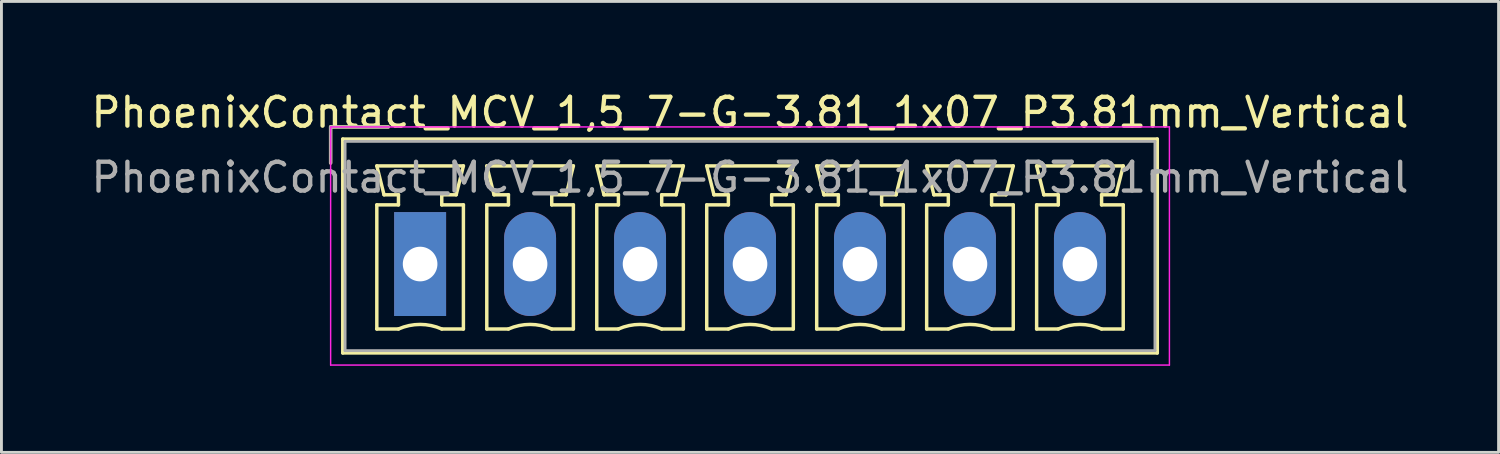
<source format=kicad_pcb>
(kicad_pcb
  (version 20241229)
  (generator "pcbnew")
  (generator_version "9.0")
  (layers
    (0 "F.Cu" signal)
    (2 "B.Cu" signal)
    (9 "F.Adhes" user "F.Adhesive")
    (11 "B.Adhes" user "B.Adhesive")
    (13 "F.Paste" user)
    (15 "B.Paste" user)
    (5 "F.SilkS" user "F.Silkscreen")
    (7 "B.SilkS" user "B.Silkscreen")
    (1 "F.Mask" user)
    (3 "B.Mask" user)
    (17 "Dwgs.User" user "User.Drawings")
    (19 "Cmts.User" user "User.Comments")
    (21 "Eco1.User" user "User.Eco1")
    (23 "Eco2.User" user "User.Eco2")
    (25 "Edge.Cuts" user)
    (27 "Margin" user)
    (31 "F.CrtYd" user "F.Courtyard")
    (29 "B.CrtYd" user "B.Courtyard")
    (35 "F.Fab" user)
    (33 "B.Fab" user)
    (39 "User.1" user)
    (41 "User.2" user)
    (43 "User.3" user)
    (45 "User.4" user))
  (footprint "PhoenixContact_MCV_1,5_7-G-3.81_1x07_P3.81mm_Vertical"
    (layer "F.Cu")
    (at 11.505 6.098)
    (property "Reference" "PhoenixContact_MCV_1,5_7-G-3.81_1x07_P3.81mm_Vertical" (at 11.43 -5.25 0) (layer "F.SilkS") (effects (font (size 1 1) (thickness 0.15))))
    (attr through_hole)
    (fp_line (start -3.1 -4.75) (end -1.1 -4.75) (stroke (width 0.12) (type solid)) (layer "F.SilkS"))
    (fp_line (start -3.1 -3.5) (end -3.1 -4.75) (stroke (width 0.12) (type solid)) (layer "F.SilkS"))
    (fp_line (start -2.68 -4.33) (end -2.68 3.08) (stroke (width 0.12) (type solid)) (layer "F.SilkS"))
    (fp_line (start -2.68 3.08) (end 25.54 3.08) (stroke (width 0.12) (type solid)) (layer "F.SilkS"))
    (fp_line (start -1.5 -3.4) (end 1.5 -3.4) (stroke (width 0.12) (type solid)) (layer "F.SilkS"))
    (fp_line (start -1.5 -2.05) (end -0.75 -2.05) (stroke (width 0.12) (type solid)) (layer "F.SilkS"))
    (fp_line (start -1.5 2.25) (end -1.5 -2.05) (stroke (width 0.12) (type solid)) (layer "F.SilkS"))
    (fp_line (start -1.25 -2.4) (end -1.5 -3.4) (stroke (width 0.12) (type solid)) (layer "F.SilkS"))
    (fp_line (start -0.75 -2.4) (end -1.25 -2.4) (stroke (width 0.12) (type solid)) (layer "F.SilkS"))
    (fp_line (start -0.75 -2.05) (end -0.75 -2.4) (stroke (width 0.12) (type solid)) (layer "F.SilkS"))
    (fp_line (start -0.75 2.25) (end -1.5 2.25) (stroke (width 0.12) (type solid)) (layer "F.SilkS"))
    (fp_line (start 0.75 -2.4) (end 0.75 -2.05) (stroke (width 0.12) (type solid)) (layer "F.SilkS"))
    (fp_line (start 0.75 -2.05) (end 1.5 -2.05) (stroke (width 0.12) (type solid)) (layer "F.SilkS"))
    (fp_line (start 1.25 -2.4) (end 0.75 -2.4) (stroke (width 0.12) (type solid)) (layer "F.SilkS"))
    (fp_line (start 1.5 -3.4) (end 1.25 -2.4) (stroke (width 0.12) (type solid)) (layer "F.SilkS"))
    (fp_line (start 1.5 -2.05) (end 1.5 2.25) (stroke (width 0.12) (type solid)) (layer "F.SilkS"))
    (fp_line (start 1.5 2.25) (end 0.75 2.25) (stroke (width 0.12) (type solid)) (layer "F.SilkS"))
    (fp_line (start 2.31 -3.4) (end 5.31 -3.4) (stroke (width 0.12) (type solid)) (layer "F.SilkS"))
    (fp_line (start 2.31 -2.05) (end 3.06 -2.05) (stroke (width 0.12) (type solid)) (layer "F.SilkS"))
    (fp_line (start 2.31 2.25) (end 2.31 -2.05) (stroke (width 0.12) (type solid)) (layer "F.SilkS"))
    (fp_line (start 2.56 -2.4) (end 2.31 -3.4) (stroke (width 0.12) (type solid)) (layer "F.SilkS"))
    (fp_line (start 3.06 -2.4) (end 2.56 -2.4) (stroke (width 0.12) (type solid)) (layer "F.SilkS"))
    (fp_line (start 3.06 -2.05) (end 3.06 -2.4) (stroke (width 0.12) (type solid)) (layer "F.SilkS"))
    (fp_line (start 3.06 2.25) (end 2.31 2.25) (stroke (width 0.12) (type solid)) (layer "F.SilkS"))
    (fp_line (start 4.56 -2.4) (end 4.56 -2.05) (stroke (width 0.12) (type solid)) (layer "F.SilkS"))
    (fp_line (start 4.56 -2.05) (end 5.31 -2.05) (stroke (width 0.12) (type solid)) (layer "F.SilkS"))
    (fp_line (start 5.06 -2.4) (end 4.56 -2.4) (stroke (width 0.12) (type solid)) (layer "F.SilkS"))
    (fp_line (start 5.31 -3.4) (end 5.06 -2.4) (stroke (width 0.12) (type solid)) (layer "F.SilkS"))
    (fp_line (start 5.31 -2.05) (end 5.31 2.25) (stroke (width 0.12) (type solid)) (layer "F.SilkS"))
    (fp_line (start 5.31 2.25) (end 4.56 2.25) (stroke (width 0.12) (type solid)) (layer "F.SilkS"))
    (fp_line (start 6.12 -3.4) (end 9.12 -3.4) (stroke (width 0.12) (type solid)) (layer "F.SilkS"))
    (fp_line (start 6.12 -2.05) (end 6.87 -2.05) (stroke (width 0.12) (type solid)) (layer "F.SilkS"))
    (fp_line (start 6.12 2.25) (end 6.12 -2.05) (stroke (width 0.12) (type solid)) (layer "F.SilkS"))
    (fp_line (start 6.37 -2.4) (end 6.12 -3.4) (stroke (width 0.12) (type solid)) (layer "F.SilkS"))
    (fp_line (start 6.87 -2.4) (end 6.37 -2.4) (stroke (width 0.12) (type solid)) (layer "F.SilkS"))
    (fp_line (start 6.87 -2.05) (end 6.87 -2.4) (stroke (width 0.12) (type solid)) (layer "F.SilkS"))
    (fp_line (start 6.87 2.25) (end 6.12 2.25) (stroke (width 0.12) (type solid)) (layer "F.SilkS"))
    (fp_line (start 8.37 -2.4) (end 8.37 -2.05) (stroke (width 0.12) (type solid)) (layer "F.SilkS"))
    (fp_line (start 8.37 -2.05) (end 9.12 -2.05) (stroke (width 0.12) (type solid)) (layer "F.SilkS"))
    (fp_line (start 8.87 -2.4) (end 8.37 -2.4) (stroke (width 0.12) (type solid)) (layer "F.SilkS"))
    (fp_line (start 9.12 -3.4) (end 8.87 -2.4) (stroke (width 0.12) (type solid)) (layer "F.SilkS"))
    (fp_line (start 9.12 -2.05) (end 9.12 2.25) (stroke (width 0.12) (type solid)) (layer "F.SilkS"))
    (fp_line (start 9.12 2.25) (end 8.37 2.25) (stroke (width 0.12) (type solid)) (layer "F.SilkS"))
    (fp_line (start 9.93 -3.4) (end 12.93 -3.4) (stroke (width 0.12) (type solid)) (layer "F.SilkS"))
    (fp_line (start 9.93 -2.05) (end 10.68 -2.05) (stroke (width 0.12) (type solid)) (layer "F.SilkS"))
    (fp_line (start 9.93 2.25) (end 9.93 -2.05) (stroke (width 0.12) (type solid)) (layer "F.SilkS"))
    (fp_line (start 10.18 -2.4) (end 9.93 -3.4) (stroke (width 0.12) (type solid)) (layer "F.SilkS"))
    (fp_line (start 10.68 -2.4) (end 10.18 -2.4) (stroke (width 0.12) (type solid)) (layer "F.SilkS"))
    (fp_line (start 10.68 -2.05) (end 10.68 -2.4) (stroke (width 0.12) (type solid)) (layer "F.SilkS"))
    (fp_line (start 10.68 2.25) (end 9.93 2.25) (stroke (width 0.12) (type solid)) (layer "F.SilkS"))
    (fp_line (start 12.18 -2.4) (end 12.18 -2.05) (stroke (width 0.12) (type solid)) (layer "F.SilkS"))
    (fp_line (start 12.18 -2.05) (end 12.93 -2.05) (stroke (width 0.12) (type solid)) (layer "F.SilkS"))
    (fp_line (start 12.68 -2.4) (end 12.18 -2.4) (stroke (width 0.12) (type solid)) (layer "F.SilkS"))
    (fp_line (start 12.93 -3.4) (end 12.68 -2.4) (stroke (width 0.12) (type solid)) (layer "F.SilkS"))
    (fp_line (start 12.93 -2.05) (end 12.93 2.25) (stroke (width 0.12) (type solid)) (layer "F.SilkS"))
    (fp_line (start 12.93 2.25) (end 12.18 2.25) (stroke (width 0.12) (type solid)) (layer "F.SilkS"))
    (fp_line (start 13.74 -3.4) (end 16.74 -3.4) (stroke (width 0.12) (type solid)) (layer "F.SilkS"))
    (fp_line (start 13.74 -2.05) (end 14.49 -2.05) (stroke (width 0.12) (type solid)) (layer "F.SilkS"))
    (fp_line (start 13.74 2.25) (end 13.74 -2.05) (stroke (width 0.12) (type solid)) (layer "F.SilkS"))
    (fp_line (start 13.99 -2.4) (end 13.74 -3.4) (stroke (width 0.12) (type solid)) (layer "F.SilkS"))
    (fp_line (start 14.49 -2.4) (end 13.99 -2.4) (stroke (width 0.12) (type solid)) (layer "F.SilkS"))
    (fp_line (start 14.49 -2.05) (end 14.49 -2.4) (stroke (width 0.12) (type solid)) (layer "F.SilkS"))
    (fp_line (start 14.49 2.25) (end 13.74 2.25) (stroke (width 0.12) (type solid)) (layer "F.SilkS"))
    (fp_line (start 15.99 -2.4) (end 15.99 -2.05) (stroke (width 0.12) (type solid)) (layer "F.SilkS"))
    (fp_line (start 15.99 -2.05) (end 16.74 -2.05) (stroke (width 0.12) (type solid)) (layer "F.SilkS"))
    (fp_line (start 16.49 -2.4) (end 15.99 -2.4) (stroke (width 0.12) (type solid)) (layer "F.SilkS"))
    (fp_line (start 16.74 -3.4) (end 16.49 -2.4) (stroke (width 0.12) (type solid)) (layer "F.SilkS"))
    (fp_line (start 16.74 -2.05) (end 16.74 2.25) (stroke (width 0.12) (type solid)) (layer "F.SilkS"))
    (fp_line (start 16.74 2.25) (end 15.99 2.25) (stroke (width 0.12) (type solid)) (layer "F.SilkS"))
    (fp_line (start 17.55 -3.4) (end 20.55 -3.4) (stroke (width 0.12) (type solid)) (layer "F.SilkS"))
    (fp_line (start 17.55 -2.05) (end 18.3 -2.05) (stroke (width 0.12) (type solid)) (layer "F.SilkS"))
    (fp_line (start 17.55 2.25) (end 17.55 -2.05) (stroke (width 0.12) (type solid)) (layer "F.SilkS"))
    (fp_line (start 17.8 -2.4) (end 17.55 -3.4) (stroke (width 0.12) (type solid)) (layer "F.SilkS"))
    (fp_line (start 18.3 -2.4) (end 17.8 -2.4) (stroke (width 0.12) (type solid)) (layer "F.SilkS"))
    (fp_line (start 18.3 -2.05) (end 18.3 -2.4) (stroke (width 0.12) (type solid)) (layer "F.SilkS"))
    (fp_line (start 18.3 2.25) (end 17.55 2.25) (stroke (width 0.12) (type solid)) (layer "F.SilkS"))
    (fp_line (start 19.8 -2.4) (end 19.8 -2.05) (stroke (width 0.12) (type solid)) (layer "F.SilkS"))
    (fp_line (start 19.8 -2.05) (end 20.55 -2.05) (stroke (width 0.12) (type solid)) (layer "F.SilkS"))
    (fp_line (start 20.3 -2.4) (end 19.8 -2.4) (stroke (width 0.12) (type solid)) (layer "F.SilkS"))
    (fp_line (start 20.55 -3.4) (end 20.3 -2.4) (stroke (width 0.12) (type solid)) (layer "F.SilkS"))
    (fp_line (start 20.55 -2.05) (end 20.55 2.25) (stroke (width 0.12) (type solid)) (layer "F.SilkS"))
    (fp_line (start 20.55 2.25) (end 19.8 2.25) (stroke (width 0.12) (type solid)) (layer "F.SilkS"))
    (fp_line (start 21.36 -3.4) (end 24.36 -3.4) (stroke (width 0.12) (type solid)) (layer "F.SilkS"))
    (fp_line (start 21.36 -2.05) (end 22.11 -2.05) (stroke (width 0.12) (type solid)) (layer "F.SilkS"))
    (fp_line (start 21.36 2.25) (end 21.36 -2.05) (stroke (width 0.12) (type solid)) (layer "F.SilkS"))
    (fp_line (start 21.61 -2.4) (end 21.36 -3.4) (stroke (width 0.12) (type solid)) (layer "F.SilkS"))
    (fp_line (start 22.11 -2.4) (end 21.61 -2.4) (stroke (width 0.12) (type solid)) (layer "F.SilkS"))
    (fp_line (start 22.11 -2.05) (end 22.11 -2.4) (stroke (width 0.12) (type solid)) (layer "F.SilkS"))
    (fp_line (start 22.11 2.25) (end 21.36 2.25) (stroke (width 0.12) (type solid)) (layer "F.SilkS"))
    (fp_line (start 23.61 -2.4) (end 23.61 -2.05) (stroke (width 0.12) (type solid)) (layer "F.SilkS"))
    (fp_line (start 23.61 -2.05) (end 24.36 -2.05) (stroke (width 0.12) (type solid)) (layer "F.SilkS"))
    (fp_line (start 24.11 -2.4) (end 23.61 -2.4) (stroke (width 0.12) (type solid)) (layer "F.SilkS"))
    (fp_line (start 24.36 -3.4) (end 24.11 -2.4) (stroke (width 0.12) (type solid)) (layer "F.SilkS"))
    (fp_line (start 24.36 -2.05) (end 24.36 2.25) (stroke (width 0.12) (type solid)) (layer "F.SilkS"))
    (fp_line (start 24.36 2.25) (end 23.61 2.25) (stroke (width 0.12) (type solid)) (layer "F.SilkS"))
    (fp_line (start 25.54 -4.33) (end -2.68 -4.33) (stroke (width 0.12) (type solid)) (layer "F.SilkS"))
    (fp_line (start 25.54 3.08) (end 25.54 -4.33) (stroke (width 0.12) (type solid)) (layer "F.SilkS"))
    (fp_arc (start -0.75 2.25) (mid -0.000193 2.09191) (end 0.749647 2.249844) (stroke (width 0.12) (type solid)) (layer "F.SilkS"))
    (fp_arc (start 3.06 2.25) (mid 3.809807 2.09191) (end 4.559647 2.249844) (stroke (width 0.12) (type solid)) (layer "F.SilkS"))
    (fp_arc (start 6.87 2.25) (mid 7.619807 2.09191) (end 8.369647 2.249844) (stroke (width 0.12) (type solid)) (layer "F.SilkS"))
    (fp_arc (start 10.68 2.25) (mid 11.429807 2.09191) (end 12.179647 2.249844) (stroke (width 0.12) (type solid)) (layer "F.SilkS"))
    (fp_arc (start 14.49 2.25) (mid 15.239807 2.09191) (end 15.989647 2.249844) (stroke (width 0.12) (type solid)) (layer "F.SilkS"))
    (fp_arc (start 18.3 2.25) (mid 19.049807 2.09191) (end 19.799647 2.249844) (stroke (width 0.12) (type solid)) (layer "F.SilkS"))
    (fp_arc (start 22.11 2.25) (mid 22.859807 2.09191) (end 23.609647 2.249844) (stroke (width 0.12) (type solid)) (layer "F.SilkS"))
    (fp_line (start -3.1 -4.75) (end -3.1 3.5) (stroke (width 0.05) (type solid)) (layer "F.CrtYd"))
    (fp_line (start -3.1 3.5) (end 25.96 3.5) (stroke (width 0.05) (type solid)) (layer "F.CrtYd"))
    (fp_line (start 25.96 -4.75) (end -3.1 -4.75) (stroke (width 0.05) (type solid)) (layer "F.CrtYd"))
    (fp_line (start 25.96 3.5) (end 25.96 -4.75) (stroke (width 0.05) (type solid)) (layer "F.CrtYd"))
    (fp_line (start -3.1 -4.75) (end -1.1 -4.75) (stroke (width 0.1) (type solid)) (layer "F.Fab"))
    (fp_line (start -3.1 -3.5) (end -3.1 -4.75) (stroke (width 0.1) (type solid)) (layer "F.Fab"))
    (fp_line (start -2.6 -4.25) (end -2.6 3) (stroke (width 0.1) (type solid)) (layer "F.Fab"))
    (fp_line (start -2.6 3) (end 25.46 3) (stroke (width 0.1) (type solid)) (layer "F.Fab"))
    (fp_line (start 25.46 -4.25) (end -2.6 -4.25) (stroke (width 0.1) (type solid)) (layer "F.Fab"))
    (fp_line (start 25.46 3) (end 25.46 -4.25) (stroke (width 0.1) (type solid)) (layer "F.Fab"))
    (fp_text user "${REFERENCE}" (at 11.43 -3 0) (layer "F.Fab") (effects (font (size 1 1) (thickness 0.15))))
    (pad "1" thru_hole rect (at 0 0) (size 1.8 3.6) (drill 1.2) (layers "*.Cu" "*.Mask"))
    (pad "2" thru_hole oval (at 3.81 0) (size 1.8 3.6) (drill 1.2) (layers "*.Cu" "*.Mask"))
    (pad "3" thru_hole oval (at 7.62 0) (size 1.8 3.6) (drill 1.2) (layers "*.Cu" "*.Mask"))
    (pad "4" thru_hole oval (at 11.43 0) (size 1.8 3.6) (drill 1.2) (layers "*.Cu" "*.Mask"))
    (pad "5" thru_hole oval (at 15.24 0) (size 1.8 3.6) (drill 1.2) (layers "*.Cu" "*.Mask"))
    (pad "6" thru_hole oval (at 19.05 0) (size 1.8 3.6) (drill 1.2) (layers "*.Cu" "*.Mask"))
    (pad "7" thru_hole oval (at 22.86 0) (size 1.8 3.6) (drill 1.2) (layers "*.Cu" "*.Mask")))
  (gr_rect
    (start -3 -3)
    (end 48.869 12.623)
    (stroke (width 0.1) (type default))
    (fill no)
    (layer "Edge.Cuts")))
</source>
